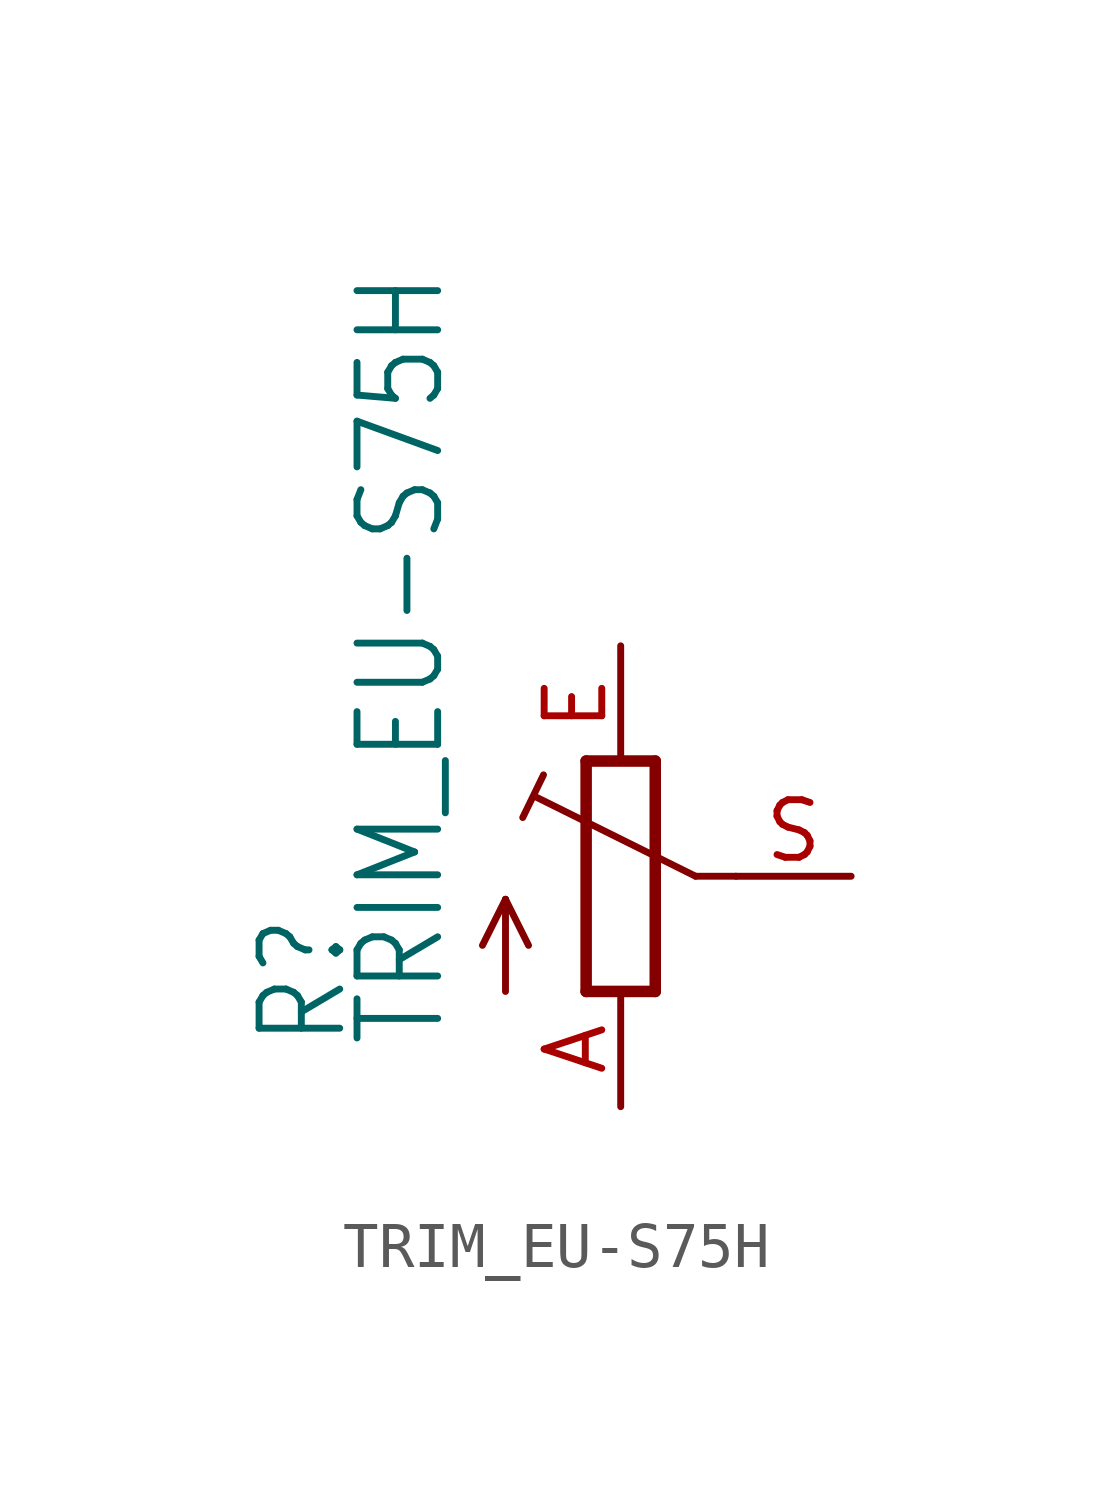
<source format=kicad_sym>
(kicad_symbol_lib
  (version 20211014)
  (generator kicad_symbol_editor)
  (symbol "TRIM_EU-S75H"
    (property "Reference" "R"
      (at -5.969 -3.81 90)
      (effects (font (size 1.778 1.511)) (justify left bottom)))
    (property "Value" "TRIM_EU-S75H"
      (at -3.81 -3.81 90)
      (effects (font (size 1.778 1.511)) (justify left bottom)))
    (property "ki_locked" ""
      (at 0 0 0)
      (effects (font (size 1.27 1.27))))
    (symbol "TRIM_EU-S75H_1_0"
      (polyline (pts (xy -2.54 -2.54) (xy -2.54 -0.508)) (stroke (width 0.152) (type default) (color 0 0 0 0)) (fill (type none)))
      (polyline (pts (xy -2.54 -0.508) (xy -3.048 -1.524)) (stroke (width 0.152) (type default) (color 0 0 0 0)) (fill (type none)))
      (polyline (pts (xy -2.54 -0.508) (xy -2.032 -1.524)) (stroke (width 0.152) (type default) (color 0 0 0 0)) (fill (type none)))
      (polyline (pts (xy -2.16 1.294) (xy -1.702 2.235)) (stroke (width 0.152) (type default) (color 0 0 0 0)) (fill (type none)))
      (polyline (pts (xy -0.762 -2.54) (xy 0.762 -2.54)) (stroke (width 0.254) (type default) (color 0 0 0 0)) (fill (type none)))
      (polyline (pts (xy -0.762 2.54) (xy -0.762 -2.54)) (stroke (width 0.254) (type default) (color 0 0 0 0)) (fill (type none)))
      (polyline (pts (xy 0.762 -2.54) (xy 0.762 2.54)) (stroke (width 0.254) (type default) (color 0 0 0 0)) (fill (type none)))
      (polyline (pts (xy 0.762 2.54) (xy -0.762 2.54)) (stroke (width 0.254) (type default) (color 0 0 0 0)) (fill (type none)))
      (polyline (pts (xy 1.651 0) (xy -1.88 1.753)) (stroke (width 0.152) (type default) (color 0 0 0 0)) (fill (type none)))
      (polyline (pts (xy 2.54 0) (xy 1.651 0)) (stroke (width 0.152) (type default) (color 0 0 0 0)) (fill (type none)))
      (pin passive line (at 0 -5.08 90) (length 2.54) (name "A" (effects (font (size 0 0)))) (number "A" (effects (font (size 1.27 1.27)))))
      (pin passive line (at 0 5.08 270) (length 2.54) (name "E" (effects (font (size 0 0)))) (number "E" (effects (font (size 1.27 1.27)))))
      (pin passive line (at 5.08 0 180) (length 2.54) (name "S" (effects (font (size 0 0)))) (number "S" (effects (font (size 1.27 1.27))))))))
</source>
